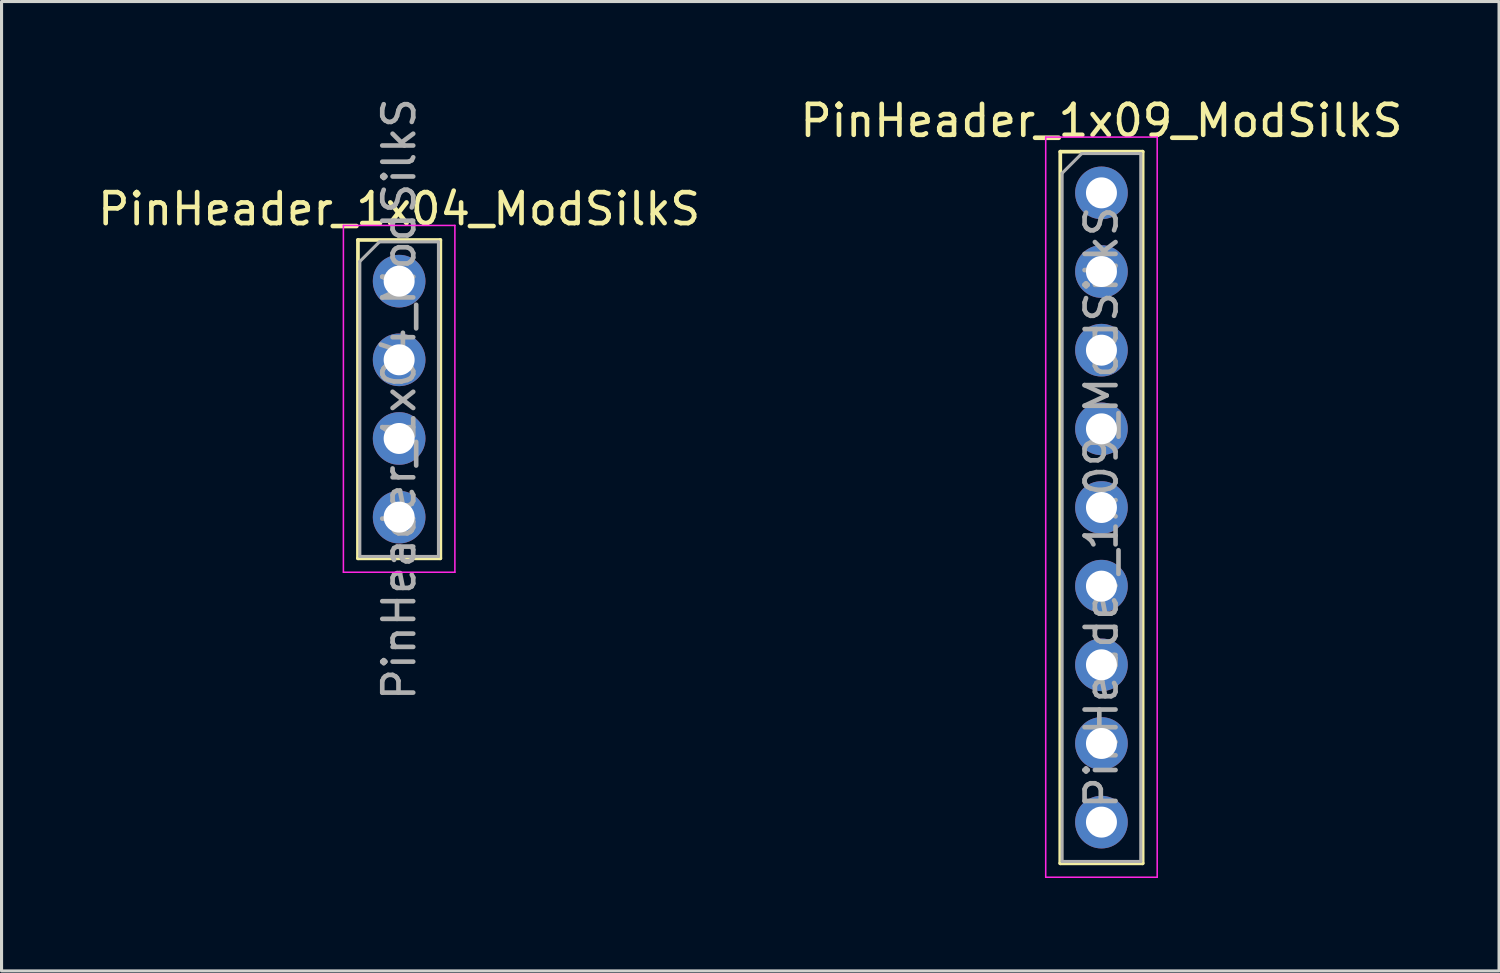
<source format=kicad_pcb>
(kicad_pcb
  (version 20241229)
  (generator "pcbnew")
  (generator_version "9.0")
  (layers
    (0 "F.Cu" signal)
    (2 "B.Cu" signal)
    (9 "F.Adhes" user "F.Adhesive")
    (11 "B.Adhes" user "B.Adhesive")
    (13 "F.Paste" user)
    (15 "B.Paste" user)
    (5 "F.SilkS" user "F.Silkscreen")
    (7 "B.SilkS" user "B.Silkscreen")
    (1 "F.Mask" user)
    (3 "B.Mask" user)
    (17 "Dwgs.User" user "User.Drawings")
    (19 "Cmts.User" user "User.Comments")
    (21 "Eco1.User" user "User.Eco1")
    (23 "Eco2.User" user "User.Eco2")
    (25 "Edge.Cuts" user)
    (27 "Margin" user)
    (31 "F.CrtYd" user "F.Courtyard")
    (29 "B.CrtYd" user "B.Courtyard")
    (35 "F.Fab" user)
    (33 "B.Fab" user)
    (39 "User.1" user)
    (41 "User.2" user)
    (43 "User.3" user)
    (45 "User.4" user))
  (footprint "PinHeader_1x04_ModSilkS"
    (layer "F.Cu")
    (at 9.839 6.029)
    (property "Reference" "PinHeader_1x04_ModSilkS" (at 0 -2.33 0) (layer "F.SilkS") (effects (font (size 1 1) (thickness 0.15))))
    (attr through_hole)
    (fp_line (start -1.33 -1.33) (end -1.33 8.95) (stroke (width 0.12) (type solid)) (layer "F.SilkS"))
    (fp_line (start -1.33 -1.33) (end 1.33 -1.33) (stroke (width 0.12) (type solid)) (layer "F.SilkS"))
    (fp_line (start -1.33 8.95) (end 1.33 8.95) (stroke (width 0.12) (type solid)) (layer "F.SilkS"))
    (fp_line (start 1.33 -1.33) (end 1.33 8.95) (stroke (width 0.12) (type solid)) (layer "F.SilkS"))
    (fp_line (start -1.8 -1.8) (end -1.8 9.4) (stroke (width 0.05) (type solid)) (layer "F.CrtYd"))
    (fp_line (start -1.8 9.4) (end 1.8 9.4) (stroke (width 0.05) (type solid)) (layer "F.CrtYd"))
    (fp_line (start 1.8 -1.8) (end -1.8 -1.8) (stroke (width 0.05) (type solid)) (layer "F.CrtYd"))
    (fp_line (start 1.8 9.4) (end 1.8 -1.8) (stroke (width 0.05) (type solid)) (layer "F.CrtYd"))
    (fp_line (start -1.27 -0.635) (end -0.635 -1.27) (stroke (width 0.1) (type solid)) (layer "F.Fab"))
    (fp_line (start -1.27 8.89) (end -1.27 -0.635) (stroke (width 0.1) (type solid)) (layer "F.Fab"))
    (fp_line (start -0.635 -1.27) (end 1.27 -1.27) (stroke (width 0.1) (type solid)) (layer "F.Fab"))
    (fp_line (start 1.27 -1.27) (end 1.27 8.89) (stroke (width 0.1) (type solid)) (layer "F.Fab"))
    (fp_line (start 1.27 8.89) (end -1.27 8.89) (stroke (width 0.1) (type solid)) (layer "F.Fab"))
    (fp_text user "${REFERENCE}" (at 0 3.81 90) (layer "F.Fab") (effects (font (size 1 1) (thickness 0.15))))
    (pad "1" thru_hole circle (at 0 0) (size 1.7 1.7) (drill 1) (layers "*.Cu" "*.Mask"))
    (pad "2" thru_hole oval (at 0 2.54) (size 1.7 1.7) (drill 1) (layers "*.Cu" "*.Mask"))
    (pad "3" thru_hole oval (at 0 5.08) (size 1.7 1.7) (drill 1) (layers "*.Cu" "*.Mask"))
    (pad "4" thru_hole oval (at 0 7.62) (size 1.7 1.7) (drill 1) (layers "*.Cu" "*.Mask")))
  (footprint "PinHeader_1x09_ModSilkS"
    (layer "F.Cu")
    (at 32.518 3.178)
    (property "Reference" "PinHeader_1x09_ModSilkS" (at 0 -2.33 0) (layer "F.SilkS") (effects (font (size 1 1) (thickness 0.15))))
    (attr through_hole)
    (fp_line (start -1.33 -1.33) (end -1.33 21.65) (stroke (width 0.12) (type solid)) (layer "F.SilkS"))
    (fp_line (start -1.33 -1.33) (end 1.33 -1.33) (stroke (width 0.12) (type solid)) (layer "F.SilkS"))
    (fp_line (start -1.33 21.65) (end 1.33 21.65) (stroke (width 0.12) (type solid)) (layer "F.SilkS"))
    (fp_line (start 1.33 -1.33) (end 1.33 21.65) (stroke (width 0.12) (type solid)) (layer "F.SilkS"))
    (fp_line (start -1.8 -1.8) (end -1.8 22.1) (stroke (width 0.05) (type solid)) (layer "F.CrtYd"))
    (fp_line (start -1.8 22.1) (end 1.8 22.1) (stroke (width 0.05) (type solid)) (layer "F.CrtYd"))
    (fp_line (start 1.8 -1.8) (end -1.8 -1.8) (stroke (width 0.05) (type solid)) (layer "F.CrtYd"))
    (fp_line (start 1.8 22.1) (end 1.8 -1.8) (stroke (width 0.05) (type solid)) (layer "F.CrtYd"))
    (fp_line (start -1.27 -0.635) (end -0.635 -1.27) (stroke (width 0.1) (type solid)) (layer "F.Fab"))
    (fp_line (start -1.27 21.59) (end -1.27 -0.635) (stroke (width 0.1) (type solid)) (layer "F.Fab"))
    (fp_line (start -0.635 -1.27) (end 1.27 -1.27) (stroke (width 0.1) (type solid)) (layer "F.Fab"))
    (fp_line (start 1.27 -1.27) (end 1.27 21.59) (stroke (width 0.1) (type solid)) (layer "F.Fab"))
    (fp_line (start 1.27 21.59) (end -1.27 21.59) (stroke (width 0.1) (type solid)) (layer "F.Fab"))
    (fp_text user "${REFERENCE}" (at 0 10.16 90) (layer "F.Fab") (effects (font (size 1 1) (thickness 0.15))))
    (pad "1" thru_hole circle (at 0 0) (size 1.7 1.7) (drill 1) (layers "*.Cu" "*.Mask"))
    (pad "2" thru_hole oval (at 0 2.54) (size 1.7 1.7) (drill 1) (layers "*.Cu" "*.Mask"))
    (pad "3" thru_hole oval (at 0 5.08) (size 1.7 1.7) (drill 1) (layers "*.Cu" "*.Mask"))
    (pad "4" thru_hole oval (at 0 7.62) (size 1.7 1.7) (drill 1) (layers "*.Cu" "*.Mask"))
    (pad "5" thru_hole oval (at 0 10.16) (size 1.7 1.7) (drill 1) (layers "*.Cu" "*.Mask"))
    (pad "6" thru_hole oval (at 0 12.7) (size 1.7 1.7) (drill 1) (layers "*.Cu" "*.Mask"))
    (pad "7" thru_hole oval (at 0 15.24) (size 1.7 1.7) (drill 1) (layers "*.Cu" "*.Mask"))
    (pad "8" thru_hole oval (at 0 17.78) (size 1.7 1.7) (drill 1) (layers "*.Cu" "*.Mask"))
    (pad "9" thru_hole oval (at 0 20.32) (size 1.7 1.7) (drill 1) (layers "*.Cu" "*.Mask")))
  (gr_rect
    (start -3 -3)
    (end 45.357 28.303)
    (stroke (width 0.1) (type default))
    (fill no)
    (layer "Edge.Cuts")))
</source>
